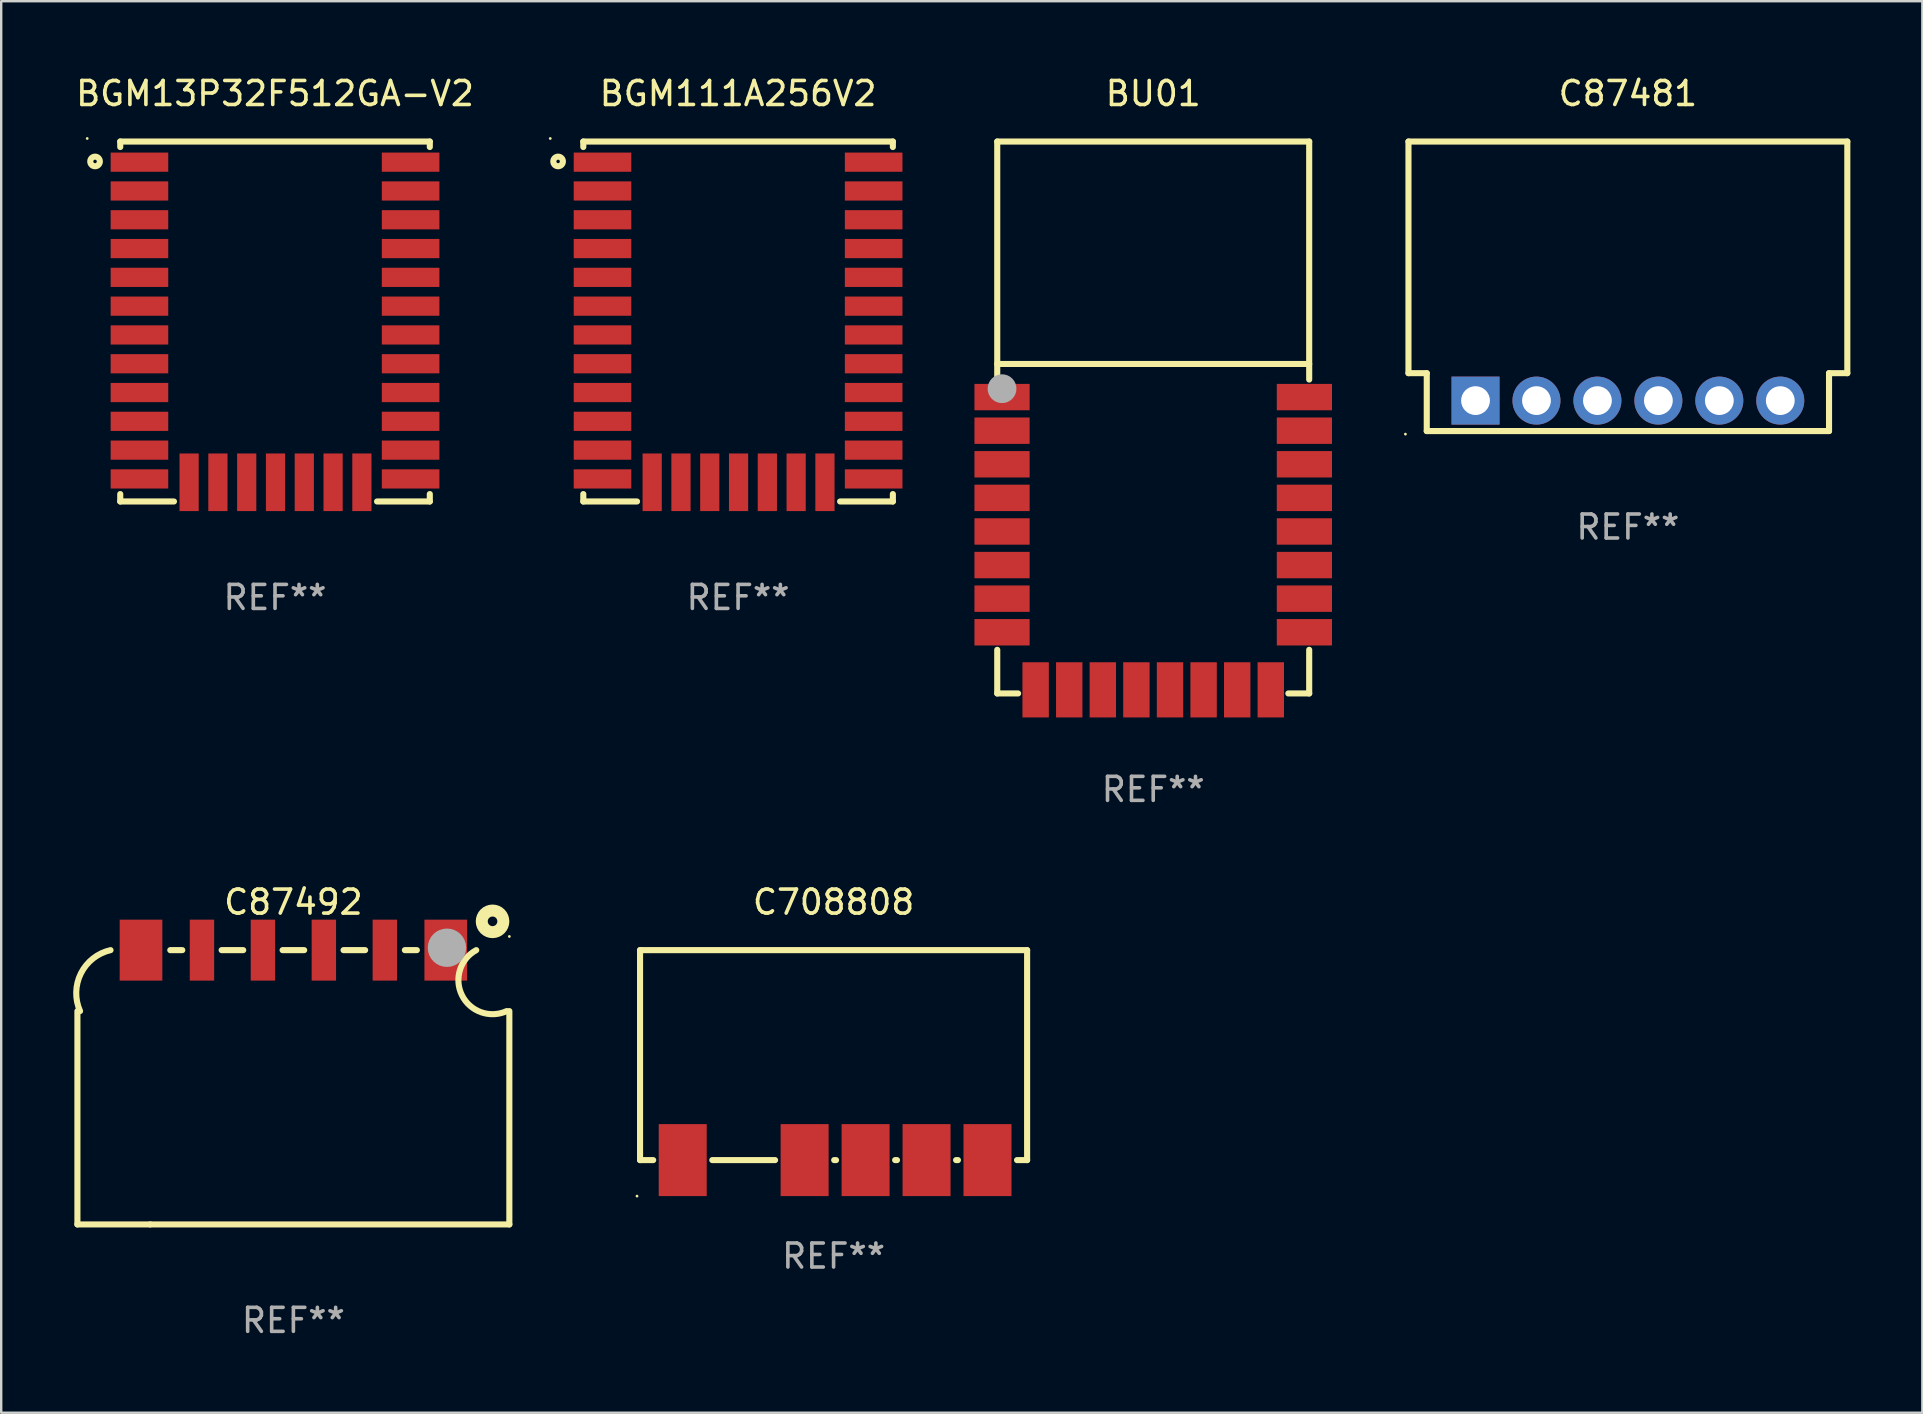
<source format=kicad_pcb>
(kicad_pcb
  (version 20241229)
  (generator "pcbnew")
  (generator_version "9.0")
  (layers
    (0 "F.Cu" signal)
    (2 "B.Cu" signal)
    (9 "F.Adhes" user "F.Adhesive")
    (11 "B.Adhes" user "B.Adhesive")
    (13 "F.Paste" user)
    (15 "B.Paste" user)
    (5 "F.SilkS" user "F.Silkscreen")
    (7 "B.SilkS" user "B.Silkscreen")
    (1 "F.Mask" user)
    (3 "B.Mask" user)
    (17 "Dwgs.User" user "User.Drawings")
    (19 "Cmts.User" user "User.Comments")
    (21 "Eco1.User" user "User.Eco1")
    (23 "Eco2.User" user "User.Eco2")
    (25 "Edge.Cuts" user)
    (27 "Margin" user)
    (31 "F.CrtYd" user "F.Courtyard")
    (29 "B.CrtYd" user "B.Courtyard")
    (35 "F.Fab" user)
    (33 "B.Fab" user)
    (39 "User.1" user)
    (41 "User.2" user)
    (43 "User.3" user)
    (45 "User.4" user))
  (footprint "BGM13P32F512GA-V2"
    (layer "F.Cu")
    (at 8.411 10.348)
    (property "Reference" "BGM13P32F512GA-V2" (at 0 -9.5 0) (layer "F.SilkS") (effects (font (size 1 1) (thickness 0.15))))
    (attr through_hole)
    (fp_line (start -6.45 -7.5) (end 6.45 -7.5) (stroke (width 0.254) (type solid)) (layer "F.SilkS"))
    (fp_line (start -6.45 -7.271) (end -6.45 -7.5) (stroke (width 0.254) (type solid)) (layer "F.SilkS"))
    (fp_line (start -6.45 7.5) (end -6.45 7.191) (stroke (width 0.254) (type solid)) (layer "F.SilkS"))
    (fp_line (start -4.211 7.5) (end -6.45 7.5) (stroke (width 0.254) (type solid)) (layer "F.SilkS"))
    (fp_line (start 6.45 -7.5) (end 6.45 -7.271) (stroke (width 0.254) (type solid)) (layer "F.SilkS"))
    (fp_line (start 6.45 7.191) (end 6.45 7.5) (stroke (width 0.254) (type solid)) (layer "F.SilkS"))
    (fp_line (start 6.45 7.5) (end 4.251 7.5) (stroke (width 0.254) (type solid)) (layer "F.SilkS"))
    (fp_circle (center -7.827 -7.627) (end -7.797 -7.627) (stroke (width 0.06) (type solid)) (fill no) (layer "F.SilkS"))
    (fp_circle (center -7.5 -6.67) (end -7.3 -6.67) (stroke (width 0.254) (type solid)) (fill no) (layer "F.SilkS"))
    (fp_text user "REF**" (at 0 11.5 0) (layer "F.Fab") (effects (font (size 1 1) (thickness 0.15))))
    (pad "1" smd rect (at -5.65 -6.64) (size 2.4 0.8) (layers "F.Cu" "F.Mask" "F.Paste"))
    (pad "2" smd rect (at -5.65 -5.44) (size 2.4 0.8) (layers "F.Cu" "F.Mask" "F.Paste"))
    (pad "3" smd rect (at -5.65 -4.24) (size 2.4 0.8) (layers "F.Cu" "F.Mask" "F.Paste"))
    (pad "4" smd rect (at -5.65 -3.04) (size 2.4 0.8) (layers "F.Cu" "F.Mask" "F.Paste"))
    (pad "5" smd rect (at -5.65 -1.84) (size 2.4 0.8) (layers "F.Cu" "F.Mask" "F.Paste"))
    (pad "6" smd rect (at -5.65 -0.64) (size 2.4 0.8) (layers "F.Cu" "F.Mask" "F.Paste"))
    (pad "7" smd rect (at -5.65 0.56) (size 2.4 0.8) (layers "F.Cu" "F.Mask" "F.Paste"))
    (pad "8" smd rect (at -5.65 1.76) (size 2.4 0.8) (layers "F.Cu" "F.Mask" "F.Paste"))
    (pad "9" smd rect (at -5.65 2.96) (size 2.4 0.8) (layers "F.Cu" "F.Mask" "F.Paste"))
    (pad "10" smd rect (at -5.65 4.16) (size 2.4 0.8) (layers "F.Cu" "F.Mask" "F.Paste"))
    (pad "11" smd rect (at -5.65 5.36) (size 2.4 0.8) (layers "F.Cu" "F.Mask" "F.Paste"))
    (pad "12" smd rect (at -5.65 6.56) (size 2.4 0.8) (layers "F.Cu" "F.Mask" "F.Paste"))
    (pad "13" smd rect (at -3.58 6.7 90) (size 2.4 0.8) (layers "F.Cu" "F.Mask" "F.Paste"))
    (pad "14" smd rect (at -2.38 6.7 90) (size 2.4 0.8) (layers "F.Cu" "F.Mask" "F.Paste"))
    (pad "15" smd rect (at -1.18 6.7 90) (size 2.4 0.8) (layers "F.Cu" "F.Mask" "F.Paste"))
    (pad "16" smd rect (at 0.02 6.7 90) (size 2.4 0.8) (layers "F.Cu" "F.Mask" "F.Paste"))
    (pad "17" smd rect (at 1.22 6.7 90) (size 2.4 0.8) (layers "F.Cu" "F.Mask" "F.Paste"))
    (pad "18" smd rect (at 2.42 6.7 90) (size 2.4 0.8) (layers "F.Cu" "F.Mask" "F.Paste"))
    (pad "19" smd rect (at 3.62 6.7 90) (size 2.4 0.8) (layers "F.Cu" "F.Mask" "F.Paste"))
    (pad "20" smd rect (at 5.65 6.56 180) (size 2.4 0.8) (layers "F.Cu" "F.Mask" "F.Paste"))
    (pad "21" smd rect (at 5.65 5.36 180) (size 2.4 0.8) (layers "F.Cu" "F.Mask" "F.Paste"))
    (pad "22" smd rect (at 5.65 4.16 180) (size 2.4 0.8) (layers "F.Cu" "F.Mask" "F.Paste"))
    (pad "23" smd rect (at 5.65 2.96 180) (size 2.4 0.8) (layers "F.Cu" "F.Mask" "F.Paste"))
    (pad "24" smd rect (at 5.65 1.76 180) (size 2.4 0.8) (layers "F.Cu" "F.Mask" "F.Paste"))
    (pad "25" smd rect (at 5.65 0.56 180) (size 2.4 0.8) (layers "F.Cu" "F.Mask" "F.Paste"))
    (pad "26" smd rect (at 5.65 -0.64 180) (size 2.4 0.8) (layers "F.Cu" "F.Mask" "F.Paste"))
    (pad "27" smd rect (at 5.65 -1.84 180) (size 2.4 0.8) (layers "F.Cu" "F.Mask" "F.Paste"))
    (pad "28" smd rect (at 5.65 -3.04 180) (size 2.4 0.8) (layers "F.Cu" "F.Mask" "F.Paste"))
    (pad "29" smd rect (at 5.65 -4.24 180) (size 2.4 0.8) (layers "F.Cu" "F.Mask" "F.Paste"))
    (pad "30" smd rect (at 5.65 -5.44 180) (size 2.4 0.8) (layers "F.Cu" "F.Mask" "F.Paste"))
    (pad "31" smd rect (at 5.65 -6.64 180) (size 2.4 0.8) (layers "F.Cu" "F.Mask" "F.Paste")))
  (footprint "BGM111A256V2"
    (layer "F.Cu")
    (at 27.708 10.348)
    (property "Reference" "BGM111A256V2" (at 0 -9.5 0) (layer "F.SilkS") (effects (font (size 1 1) (thickness 0.15))))
    (attr through_hole)
    (fp_line (start -6.45 -7.5) (end 6.45 -7.5) (stroke (width 0.254) (type solid)) (layer "F.SilkS"))
    (fp_line (start -6.45 -7.271) (end -6.45 -7.5) (stroke (width 0.254) (type solid)) (layer "F.SilkS"))
    (fp_line (start -6.45 7.5) (end -6.45 7.191) (stroke (width 0.254) (type solid)) (layer "F.SilkS"))
    (fp_line (start -4.211 7.5) (end -6.45 7.5) (stroke (width 0.254) (type solid)) (layer "F.SilkS"))
    (fp_line (start 6.45 -7.5) (end 6.45 -7.271) (stroke (width 0.254) (type solid)) (layer "F.SilkS"))
    (fp_line (start 6.45 7.191) (end 6.45 7.5) (stroke (width 0.254) (type solid)) (layer "F.SilkS"))
    (fp_line (start 6.45 7.5) (end 4.251 7.5) (stroke (width 0.254) (type solid)) (layer "F.SilkS"))
    (fp_circle (center -7.827 -7.627) (end -7.797 -7.627) (stroke (width 0.06) (type solid)) (fill no) (layer "F.SilkS"))
    (fp_circle (center -7.5 -6.67) (end -7.3 -6.67) (stroke (width 0.254) (type solid)) (fill no) (layer "F.SilkS"))
    (fp_text user "REF**" (at 0 11.5 0) (layer "F.Fab") (effects (font (size 1 1) (thickness 0.15))))
    (pad "1" smd rect (at -5.65 -6.64) (size 2.4 0.8) (layers "F.Cu" "F.Mask" "F.Paste"))
    (pad "2" smd rect (at -5.65 -5.44) (size 2.4 0.8) (layers "F.Cu" "F.Mask" "F.Paste"))
    (pad "3" smd rect (at -5.65 -4.24) (size 2.4 0.8) (layers "F.Cu" "F.Mask" "F.Paste"))
    (pad "4" smd rect (at -5.65 -3.04) (size 2.4 0.8) (layers "F.Cu" "F.Mask" "F.Paste"))
    (pad "5" smd rect (at -5.65 -1.84) (size 2.4 0.8) (layers "F.Cu" "F.Mask" "F.Paste"))
    (pad "6" smd rect (at -5.65 -0.64) (size 2.4 0.8) (layers "F.Cu" "F.Mask" "F.Paste"))
    (pad "7" smd rect (at -5.65 0.56) (size 2.4 0.8) (layers "F.Cu" "F.Mask" "F.Paste"))
    (pad "8" smd rect (at -5.65 1.76) (size 2.4 0.8) (layers "F.Cu" "F.Mask" "F.Paste"))
    (pad "9" smd rect (at -5.65 2.96) (size 2.4 0.8) (layers "F.Cu" "F.Mask" "F.Paste"))
    (pad "10" smd rect (at -5.65 4.16) (size 2.4 0.8) (layers "F.Cu" "F.Mask" "F.Paste"))
    (pad "11" smd rect (at -5.65 5.36) (size 2.4 0.8) (layers "F.Cu" "F.Mask" "F.Paste"))
    (pad "12" smd rect (at -5.65 6.56) (size 2.4 0.8) (layers "F.Cu" "F.Mask" "F.Paste"))
    (pad "13" smd rect (at -3.58 6.7 90) (size 2.4 0.8) (layers "F.Cu" "F.Mask" "F.Paste"))
    (pad "14" smd rect (at -2.38 6.7 90) (size 2.4 0.8) (layers "F.Cu" "F.Mask" "F.Paste"))
    (pad "15" smd rect (at -1.18 6.7 90) (size 2.4 0.8) (layers "F.Cu" "F.Mask" "F.Paste"))
    (pad "16" smd rect (at 0.02 6.7 90) (size 2.4 0.8) (layers "F.Cu" "F.Mask" "F.Paste"))
    (pad "17" smd rect (at 1.22 6.7 90) (size 2.4 0.8) (layers "F.Cu" "F.Mask" "F.Paste"))
    (pad "18" smd rect (at 2.42 6.7 90) (size 2.4 0.8) (layers "F.Cu" "F.Mask" "F.Paste"))
    (pad "19" smd rect (at 3.62 6.7 90) (size 2.4 0.8) (layers "F.Cu" "F.Mask" "F.Paste"))
    (pad "20" smd rect (at 5.65 6.56 180) (size 2.4 0.8) (layers "F.Cu" "F.Mask" "F.Paste"))
    (pad "21" smd rect (at 5.65 5.36 180) (size 2.4 0.8) (layers "F.Cu" "F.Mask" "F.Paste"))
    (pad "22" smd rect (at 5.65 4.16 180) (size 2.4 0.8) (layers "F.Cu" "F.Mask" "F.Paste"))
    (pad "23" smd rect (at 5.65 2.96 180) (size 2.4 0.8) (layers "F.Cu" "F.Mask" "F.Paste"))
    (pad "24" smd rect (at 5.65 1.76 180) (size 2.4 0.8) (layers "F.Cu" "F.Mask" "F.Paste"))
    (pad "25" smd rect (at 5.65 0.56 180) (size 2.4 0.8) (layers "F.Cu" "F.Mask" "F.Paste"))
    (pad "26" smd rect (at 5.65 -0.64 180) (size 2.4 0.8) (layers "F.Cu" "F.Mask" "F.Paste"))
    (pad "27" smd rect (at 5.65 -1.84 180) (size 2.4 0.8) (layers "F.Cu" "F.Mask" "F.Paste"))
    (pad "28" smd rect (at 5.65 -3.04 180) (size 2.4 0.8) (layers "F.Cu" "F.Mask" "F.Paste"))
    (pad "29" smd rect (at 5.65 -4.24 180) (size 2.4 0.8) (layers "F.Cu" "F.Mask" "F.Paste"))
    (pad "30" smd rect (at 5.65 -5.44 180) (size 2.4 0.8) (layers "F.Cu" "F.Mask" "F.Paste"))
    (pad "31" smd rect (at 5.65 -6.64 180) (size 2.4 0.8) (layers "F.Cu" "F.Mask" "F.Paste")))
  (footprint "BU01"
    (layer "F.Cu")
    (at 45.008 14.348)
    (property "Reference" "BU01" (at 0 -13.5 0) (layer "F.SilkS") (effects (font (size 1 1) (thickness 0.15))))
    (attr through_hole)
    (fp_line (start -6.5 -11.5) (end -6.5 -1.581) (stroke (width 0.254) (type solid)) (layer "F.SilkS"))
    (fp_line (start -6.5 -11.5) (end 6.5 -11.5) (stroke (width 0.254) (type solid)) (layer "F.SilkS"))
    (fp_line (start -6.5 -2.231) (end 6.5 -2.231) (stroke (width 0.254) (type solid)) (layer "F.SilkS"))
    (fp_line (start -6.5 9.681) (end -6.5 11.5) (stroke (width 0.254) (type solid)) (layer "F.SilkS"))
    (fp_line (start -6.5 11.5) (end -5.631 11.5) (stroke (width 0.254) (type solid)) (layer "F.SilkS"))
    (fp_line (start 5.631 11.5) (end 6.5 11.5) (stroke (width 0.254) (type solid)) (layer "F.SilkS"))
    (fp_line (start 6.5 -11.5) (end 6.5 -1.581) (stroke (width 0.254) (type solid)) (layer "F.SilkS"))
    (fp_line (start 6.5 9.681) (end 6.5 11.5) (stroke (width 0.254) (type solid)) (layer "F.SilkS"))
    (fp_circle (center -6.5 -11.5) (end -6.47 -11.5) (stroke (width 0.06) (type solid)) (fill no) (layer "F.SilkS"))
    (fp_circle (center -6.3 -1.2) (end -6 -1.2) (stroke (width 0.6) (type solid)) (fill no) (layer "F.Fab"))
    (fp_text user "REF**" (at 0 15.5 0) (layer "F.Fab") (effects (font (size 1 1) (thickness 0.15))))
    (pad "1" smd rect (at -6.3 -0.85) (size 2.3 1.1) (layers "F.Cu" "F.Mask" "F.Paste"))
    (pad "2" smd rect (at -6.3 0.55) (size 2.3 1.1) (layers "F.Cu" "F.Mask" "F.Paste"))
    (pad "3" smd rect (at -6.3 1.95) (size 2.3 1.1) (layers "F.Cu" "F.Mask" "F.Paste"))
    (pad "4" smd rect (at -6.3 3.35) (size 2.3 1.1) (layers "F.Cu" "F.Mask" "F.Paste"))
    (pad "5" smd rect (at -6.3 4.75) (size 2.3 1.1) (layers "F.Cu" "F.Mask" "F.Paste"))
    (pad "6" smd rect (at -6.3 6.15) (size 2.3 1.1) (layers "F.Cu" "F.Mask" "F.Paste"))
    (pad "7" smd rect (at -6.3 7.55) (size 2.3 1.1) (layers "F.Cu" "F.Mask" "F.Paste"))
    (pad "8" smd rect (at -6.3 8.95) (size 2.3 1.1) (layers "F.Cu" "F.Mask" "F.Paste"))
    (pad "9" smd rect (at -4.9 11.35) (size 1.1 2.3) (layers "F.Cu" "F.Mask" "F.Paste"))
    (pad "10" smd rect (at -3.5 11.35) (size 1.1 2.3) (layers "F.Cu" "F.Mask" "F.Paste"))
    (pad "11" smd rect (at -2.1 11.35) (size 1.1 2.3) (layers "F.Cu" "F.Mask" "F.Paste"))
    (pad "12" smd rect (at -0.7 11.35) (size 1.1 2.3) (layers "F.Cu" "F.Mask" "F.Paste"))
    (pad "13" smd rect (at 0.7 11.35) (size 1.1 2.3) (layers "F.Cu" "F.Mask" "F.Paste"))
    (pad "14" smd rect (at 2.1 11.35) (size 1.1 2.3) (layers "F.Cu" "F.Mask" "F.Paste"))
    (pad "15" smd rect (at 3.5 11.35) (size 1.1 2.3) (layers "F.Cu" "F.Mask" "F.Paste"))
    (pad "16" smd rect (at 4.9 11.35) (size 1.1 2.3) (layers "F.Cu" "F.Mask" "F.Paste"))
    (pad "17" smd rect (at 6.3 8.95) (size 2.3 1.1) (layers "F.Cu" "F.Mask" "F.Paste"))
    (pad "18" smd rect (at 6.3 7.55) (size 2.3 1.1) (layers "F.Cu" "F.Mask" "F.Paste"))
    (pad "19" smd rect (at 6.3 6.15) (size 2.3 1.1) (layers "F.Cu" "F.Mask" "F.Paste"))
    (pad "20" smd rect (at 6.3 4.75) (size 2.3 1.1) (layers "F.Cu" "F.Mask" "F.Paste"))
    (pad "21" smd rect (at 6.3 3.35) (size 2.3 1.1) (layers "F.Cu" "F.Mask" "F.Paste"))
    (pad "22" smd rect (at 6.3 1.95) (size 2.3 1.1) (layers "F.Cu" "F.Mask" "F.Paste"))
    (pad "23" smd rect (at 6.3 0.55) (size 2.3 1.1) (layers "F.Cu" "F.Mask" "F.Paste"))
    (pad "24" smd rect (at 6.3 -0.85) (size 2.3 1.1) (layers "F.Cu" "F.Mask" "F.Paste")))
  (footprint "C87492"
    (layer "F.Cu")
    (at 9.176 42.26)
    (property "Reference" "C87492" (at 0 -7.715 0) (layer "F.SilkS") (effects (font (size 1 1) (thickness 0.15))))
    (attr through_hole)
    (fp_line (start -9 5.715) (end -9 -3.175) (stroke (width 0.254) (type solid)) (layer "F.SilkS"))
    (fp_line (start -5.968 5.715) (end -9 5.715) (stroke (width 0.254) (type solid)) (layer "F.SilkS"))
    (fp_line (start -4.63 -5.715) (end -5.13 -5.715) (stroke (width 0.254) (type solid)) (layer "F.SilkS"))
    (fp_line (start -2.09 -5.715) (end -2.99 -5.715) (stroke (width 0.254) (type solid)) (layer "F.SilkS"))
    (fp_line (start 0.45 -5.715) (end -0.45 -5.715) (stroke (width 0.254) (type solid)) (layer "F.SilkS"))
    (fp_line (start 2.99 -5.715) (end 2.09 -5.715) (stroke (width 0.254) (type solid)) (layer "F.SilkS"))
    (fp_line (start 5.145 -5.715) (end 4.645 -5.715) (stroke (width 0.254) (type solid)) (layer "F.SilkS"))
    (fp_line (start 9 5.715) (end -5.968 5.715) (stroke (width 0.254) (type solid)) (layer "F.SilkS"))
    (fp_line (start 9 -3.175) (end 9 5.715) (stroke (width 0.254) (type solid)) (layer "F.SilkS"))
    (fp_arc (start -8.89003 -3.175006) (mid -8.855145 -4.745067) (end -7.620028 -5.715012) (stroke (width 0.254001) (type solid)) (layer "F.SilkS"))
    (fp_arc (start 8.890005 -3.175006) (mid 7.025974 -3.830495) (end 7.620003 -5.715012) (stroke (width 0.254001) (type solid)) (layer "F.SilkS"))
    (fp_circle (center 8.3 -6.915) (end 8.5 -6.915) (stroke (width 0.5) (type solid)) (fill no) (layer "F.SilkS"))
    (fp_circle (center 9 -6.285) (end 9.03 -6.285) (stroke (width 0.06) (type solid)) (fill no) (layer "F.SilkS"))
    (fp_circle (center 6.4 -5.815) (end 6.8 -5.815) (stroke (width 0.8) (type solid)) (fill no) (layer "F.Fab"))
    (fp_text user "H5V4D 433M" (at 6.35 -0.635 0) (layer "F.Paste") (effects (font (size 1 1) (thickness 0.15))))
    (fp_text user "REF**" (at 0 9.715 0) (layer "F.Fab") (effects (font (size 1 1) (thickness 0.15))))
    (pad "1" smd rect (at 6.35 -5.715 270) (size 2.54 1.778) (layers "F.Cu" "F.Mask" "F.Paste"))
    (pad "2" smd rect (at 3.81 -5.715 270) (size 2.54 1.016) (layers "F.Cu" "F.Mask" "F.Paste"))
    (pad "3" smd rect (at 1.27 -5.715 270) (size 2.54 1.016) (layers "F.Cu" "F.Mask" "F.Paste"))
    (pad "4" smd rect (at -1.27 -5.715 270) (size 2.54 1.016) (layers "F.Cu" "F.Mask" "F.Paste"))
    (pad "5" smd rect (at -3.81 -5.715 270) (size 2.54 1.016) (layers "F.Cu" "F.Mask" "F.Paste"))
    (pad "6" smd rect (at -6.35 -5.715 270) (size 2.54 1.778) (layers "F.Cu" "F.Mask" "F.Paste")))
  (footprint "C87481"
    (layer "F.Cu")
    (at 64.789 8.881)
    (property "Reference" "C87481" (at 0 -8.033 0) (layer "F.SilkS") (effects (font (size 1 1) (thickness 0.15))))
    (attr through_hole)
    (fp_line (start -9.144 -6.033) (end -9.144 3.62) (stroke (width 0.254) (type solid)) (layer "F.SilkS"))
    (fp_line (start -9.144 3.62) (end -8.382 3.62) (stroke (width 0.254) (type solid)) (layer "F.SilkS"))
    (fp_line (start -8.382 3.62) (end -8.382 6.033) (stroke (width 0.254) (type solid)) (layer "F.SilkS"))
    (fp_line (start -8.382 6.033) (end 8.382 6.033) (stroke (width 0.254) (type solid)) (layer "F.SilkS"))
    (fp_line (start 8.382 3.62) (end 9.144 3.62) (stroke (width 0.254) (type solid)) (layer "F.SilkS"))
    (fp_line (start 8.382 6.033) (end 8.382 3.62) (stroke (width 0.254) (type solid)) (layer "F.SilkS"))
    (fp_line (start 9.144 -6.033) (end -9.144 -6.033) (stroke (width 0.254) (type solid)) (layer "F.SilkS"))
    (fp_line (start 9.144 3.62) (end 9.144 -6.033) (stroke (width 0.254) (type solid)) (layer "F.SilkS"))
    (fp_circle (center -9.271 6.16) (end -9.241 6.16) (stroke (width 0.06) (type solid)) (fill no) (layer "F.SilkS"))
    (fp_text user "REF**" (at 0 10.033 0) (layer "F.Fab") (effects (font (size 1 1) (thickness 0.15))))
    (pad "1" thru_hole rect (at -6.35 4.763) (size 2 2) (drill 1.2) (layers "*.Cu" "*.Mask"))
    (pad "2" thru_hole circle (at -3.81 4.763) (size 2 2) (drill 1.2) (layers "*.Cu" "*.Mask"))
    (pad "3" thru_hole circle (at -1.27 4.763) (size 2 2) (drill 1.2) (layers "*.Cu" "*.Mask"))
    (pad "4" thru_hole circle (at 1.27 4.763) (size 2 2) (drill 1.2) (layers "*.Cu" "*.Mask"))
    (pad "5" thru_hole circle (at 3.81 4.763) (size 2 2) (drill 1.2) (layers "*.Cu" "*.Mask"))
    (pad "6" thru_hole circle (at 6.35 4.763) (size 2 2) (drill 1.2) (layers "*.Cu" "*.Mask")))
  (footprint "C708808"
    (layer "F.Cu")
    (at 31.688 40.92)
    (property "Reference" "C708808" (at 0 -6.375 0) (layer "F.SilkS") (effects (font (size 1 1) (thickness 0.15))))
    (attr through_hole)
    (fp_line (start -8.065 -4.375) (end 8.065 -4.375) (stroke (width 0.254) (type solid)) (layer "F.SilkS"))
    (fp_line (start -8.065 4.375) (end -8.065 -4.375) (stroke (width 0.254) (type solid)) (layer "F.SilkS"))
    (fp_line (start -8.065 4.375) (end -7.518 4.375) (stroke (width 0.254) (type solid)) (layer "F.SilkS"))
    (fp_line (start -5.055 4.375) (end -2.438 4.375) (stroke (width 0.254) (type solid)) (layer "F.SilkS"))
    (fp_line (start 0.025 4.375) (end 0.102 4.375) (stroke (width 0.254) (type solid)) (layer "F.SilkS"))
    (fp_line (start 2.565 4.375) (end 2.642 4.375) (stroke (width 0.254) (type solid)) (layer "F.SilkS"))
    (fp_line (start 5.105 4.375) (end 5.182 4.375) (stroke (width 0.254) (type solid)) (layer "F.SilkS"))
    (fp_line (start 7.645 4.375) (end 8.065 4.375) (stroke (width 0.254) (type solid)) (layer "F.SilkS"))
    (fp_line (start 8.065 4.375) (end 8.065 -4.375) (stroke (width 0.254) (type solid)) (layer "F.SilkS"))
    (fp_circle (center -8.192 5.875) (end -8.162 5.875) (stroke (width 0.06) (type solid)) (fill no) (layer "F.SilkS"))
    (fp_text user "REF**" (at 0 8.375 0) (layer "F.Fab") (effects (font (size 1 1) (thickness 0.15))))
    (pad "1" smd rect (at -6.287 4.375) (size 2 3) (layers "F.Cu" "F.Mask" "F.Paste"))
    (pad "2" smd rect (at -1.207 4.375) (size 2 3) (layers "F.Cu" "F.Mask" "F.Paste"))
    (pad "3" smd rect (at 1.334 4.375) (size 2 3) (layers "F.Cu" "F.Mask" "F.Paste"))
    (pad "4" smd rect (at 3.874 4.375) (size 2 3) (layers "F.Cu" "F.Mask" "F.Paste"))
    (pad "5" smd rect (at 6.414 4.375) (size 2 3) (layers "F.Cu" "F.Mask" "F.Paste")))
  (gr_rect
    (start -3 -3)
    (end 77.06 55.823)
    (stroke (width 0.1) (type default))
    (fill no)
    (layer "Edge.Cuts")))
</source>
